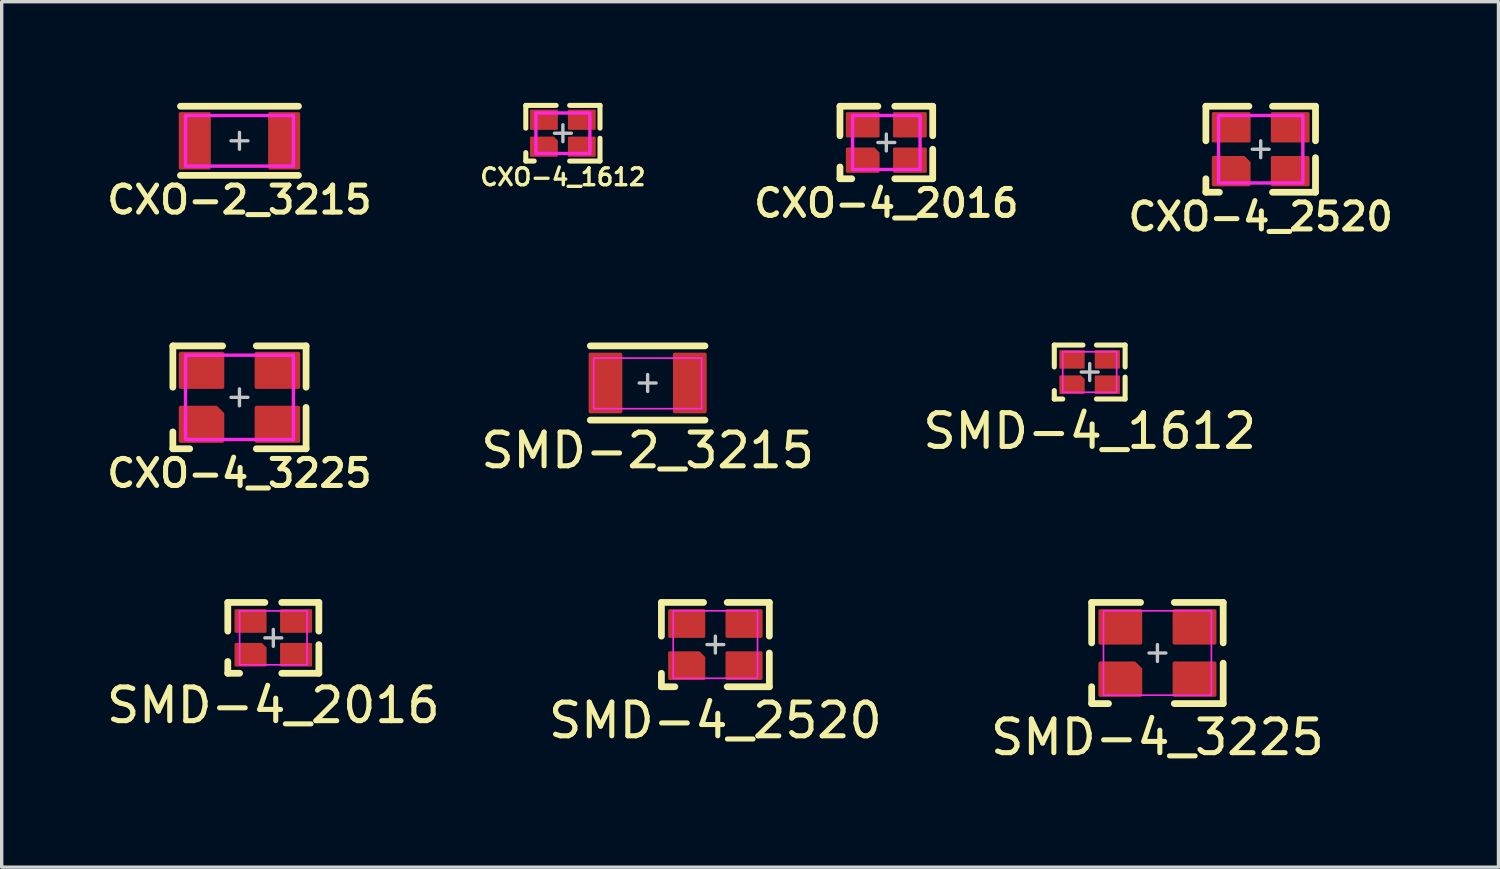
<source format=kicad_pcb>
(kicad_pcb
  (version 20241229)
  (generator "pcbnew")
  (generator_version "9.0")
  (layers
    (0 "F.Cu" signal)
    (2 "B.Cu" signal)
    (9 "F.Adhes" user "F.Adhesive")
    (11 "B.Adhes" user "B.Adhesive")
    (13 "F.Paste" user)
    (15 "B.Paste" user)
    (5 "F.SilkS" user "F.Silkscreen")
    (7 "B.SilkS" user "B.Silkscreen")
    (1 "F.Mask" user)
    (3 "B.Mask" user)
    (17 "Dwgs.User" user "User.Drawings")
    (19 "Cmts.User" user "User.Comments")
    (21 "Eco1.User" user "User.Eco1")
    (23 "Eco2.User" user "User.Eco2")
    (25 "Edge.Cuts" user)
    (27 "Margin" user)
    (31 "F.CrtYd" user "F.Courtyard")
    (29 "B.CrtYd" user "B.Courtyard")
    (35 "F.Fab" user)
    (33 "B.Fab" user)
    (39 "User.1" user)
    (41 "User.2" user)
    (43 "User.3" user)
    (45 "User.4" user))
  (footprint "CXO-2_3215"
    (layer "F.Cu")
    (at 4.05 1.125)
    (property "Reference" "CXO-2_3215" (at 0 1.75 0) (unlocked yes) (layer "F.SilkS") (effects (font (size 0.8 0.8) (thickness 0.15))))
    (attr smd)
    (fp_line (start -1.75 -1.025) (end 1.75 -1.025) (stroke (width 0.2) (type solid)) (layer "F.SilkS"))
    (fp_line (start -1.75 1.025) (end 1.75 1.025) (stroke (width 0.2) (type solid)) (layer "F.SilkS"))
    (fp_poly (pts (xy -0.95 -0.55) (xy -1.15 -0.55) (xy -1.15 0.55) (xy -0.95 0.55) (xy -0.95 0.75) (xy -1.7 0.75) (xy -1.7 -0.75) (xy -0.95 -0.75)) (stroke (width 0) (type solid)) (fill yes) (layer "F.Paste"))
    (fp_poly (pts (xy 0.95 -0.55) (xy 1.15 -0.55) (xy 1.15 0.55) (xy 0.95 0.55) (xy 0.95 0.75) (xy 1.7 0.75) (xy 1.7 -0.75) (xy 0.95 -0.75)) (stroke (width 0) (type solid)) (fill yes) (layer "F.Paste"))
    (fp_line (start -0.25 0) (end 0.25 0) (stroke (width 0.1) (type solid)) (layer "Dwgs.User"))
    (fp_line (start 0 -0.25) (end 0 0.25) (stroke (width 0.1) (type solid)) (layer "Dwgs.User"))
    (fp_rect (start -1.6 0.75) (end 1.6 -0.75) (stroke (width 0.1) (type solid)) (fill no) (layer "F.CrtYd"))
    (pad "1" smd roundrect (at -1.325 0 90) (size 1.7 0.95) (layers "F.Cu" "F.Mask") (roundrect_rratio 0.05))
    (pad "2" smd roundrect (at 1.325 0 90) (size 1.7 0.95) (layers "F.Cu" "F.Mask") (roundrect_rratio 0.05)))
  (footprint "SMD-4_2016"
    (layer "F.Cu")
    (at 5.054 15.863)
    (property "Reference" "SMD-4_2016" (at 0 2 0) (unlocked yes) (layer "F.SilkS") (effects (font (size 1 1) (thickness 0.15))))
    (attr smd)
    (fp_line (start -1.35 -1.05) (end -0.25 -1.05) (stroke (width 0.2) (type solid)) (layer "F.SilkS"))
    (fp_line (start -1.35 -0.2) (end -1.35 -1.05) (stroke (width 0.2) (type solid)) (layer "F.SilkS"))
    (fp_line (start -1.35 0.7) (end -1.35 1.05) (stroke (width 0.2) (type solid)) (layer "F.SilkS"))
    (fp_line (start -1.35 1.05) (end -1 1.05) (stroke (width 0.2) (type solid)) (layer "F.SilkS"))
    (fp_line (start 1.35 -1.05) (end 0.25 -1.05) (stroke (width 0.2) (type solid)) (layer "F.SilkS"))
    (fp_line (start 1.35 -0.2) (end 1.35 -1.05) (stroke (width 0.2) (type solid)) (layer "F.SilkS"))
    (fp_line (start 1.35 0.2) (end 1.35 1.05) (stroke (width 0.2) (type solid)) (layer "F.SilkS"))
    (fp_line (start 1.35 1.05) (end 0.25 1.05) (stroke (width 0.2) (type solid)) (layer "F.SilkS"))
    (fp_line (start -0.25 0) (end 0.25 0) (stroke (width 0.1) (type solid)) (layer "Dwgs.User"))
    (fp_line (start 0 -0.25) (end 0 0.25) (stroke (width 0.1) (type solid)) (layer "Dwgs.User"))
    (fp_rect (start -1 -0.8) (end 1 0.8) (stroke (width 0.05) (type solid)) (fill no) (layer "F.CrtYd"))
    (pad "1" smd roundrect (at -0.675 0.5) (size 0.95 0.7) (layers "F.Cu" "F.Mask" "F.Paste") (roundrect_rratio 0.05) (chamfer_ratio 0.2) (chamfer top_right))
    (pad "2" smd roundrect (at 0.675 0.5) (size 0.95 0.7) (layers "F.Cu" "F.Mask" "F.Paste") (roundrect_rratio 0.05))
    (pad "3" smd roundrect (at 0.675 -0.5) (size 0.95 0.7) (layers "F.Cu" "F.Mask" "F.Paste") (roundrect_rratio 0.05))
    (pad "4" smd roundrect (at -0.675 -0.5) (size 0.95 0.7) (layers "F.Cu" "F.Mask" "F.Paste") (roundrect_rratio 0.05)))
  (footprint "SMD-2_3215"
    (layer "F.Cu")
    (at 16.153 8.306)
    (property "Reference" "SMD-2_3215" (at 0 2 0) (unlocked yes) (layer "F.SilkS") (effects (font (size 1 1) (thickness 0.15))))
    (attr smd)
    (fp_line (start -1.7 -1.1) (end 1.7 -1.1) (stroke (width 0.2) (type solid)) (layer "F.SilkS"))
    (fp_line (start -1.7 1.1) (end 1.7 1.1) (stroke (width 0.2) (type solid)) (layer "F.SilkS"))
    (fp_line (start -0.25 0) (end 0.25 0) (stroke (width 0.1) (type solid)) (layer "Dwgs.User"))
    (fp_line (start 0 -0.25) (end 0 0.25) (stroke (width 0.1) (type solid)) (layer "Dwgs.User"))
    (fp_rect (start -1.6 0.762) (end 1.6 -0.738) (stroke (width 0.05) (type solid)) (fill no) (layer "F.CrtYd"))
    (pad "1" smd roundrect (at -1.25 0 90) (size 1.8 1) (layers "F.Cu" "F.Mask" "F.Paste") (roundrect_rratio 0.05))
    (pad "2" smd roundrect (at 1.25 0 90) (size 1.8 1) (layers "F.Cu" "F.Mask" "F.Paste") (roundrect_rratio 0.05)))
  (footprint "SMD-4_2520"
    (layer "F.Cu")
    (at 18.161 16.062)
    (property "Reference" "SMD-4_2520" (at 0 2.25 0) (unlocked yes) (layer "F.SilkS") (effects (font (size 1 1) (thickness 0.15))))
    (attr smd)
    (fp_line (start -1.6 -1.25) (end -0.35 -1.25) (stroke (width 0.2) (type solid)) (layer "F.SilkS"))
    (fp_line (start -1.6 -0.25) (end -1.6 -1.25) (stroke (width 0.2) (type solid)) (layer "F.SilkS"))
    (fp_line (start -1.6 0.85) (end -1.6 1.25) (stroke (width 0.2) (type solid)) (layer "F.SilkS"))
    (fp_line (start -1.6 1.25) (end -1.2 1.25) (stroke (width 0.2) (type solid)) (layer "F.SilkS"))
    (fp_line (start 1.6 -1.25) (end 0.35 -1.25) (stroke (width 0.2) (type solid)) (layer "F.SilkS"))
    (fp_line (start 1.6 -0.25) (end 1.6 -1.25) (stroke (width 0.2) (type solid)) (layer "F.SilkS"))
    (fp_line (start 1.6 0.25) (end 1.6 1.25) (stroke (width 0.2) (type solid)) (layer "F.SilkS"))
    (fp_line (start 1.6 1.25) (end 0.35 1.25) (stroke (width 0.2) (type solid)) (layer "F.SilkS"))
    (fp_line (start -0.25 0) (end 0.25 0) (stroke (width 0.1) (type solid)) (layer "Dwgs.User"))
    (fp_line (start 0 -0.25) (end 0 0.25) (stroke (width 0.1) (type solid)) (layer "Dwgs.User"))
    (fp_rect (start -1.25 -1) (end 1.25 1) (stroke (width 0.05) (type solid)) (fill no) (layer "F.CrtYd"))
    (pad "1" smd roundrect (at -0.85 0.625) (size 1.1 0.85) (layers "F.Cu" "F.Mask" "F.Paste") (roundrect_rratio 0.05) (chamfer_ratio 0.2) (chamfer top_right))
    (pad "2" smd roundrect (at 0.85 0.625) (size 1.1 0.85) (layers "F.Cu" "F.Mask" "F.Paste") (roundrect_rratio 0.05))
    (pad "3" smd roundrect (at 0.85 -0.625) (size 1.1 0.85) (layers "F.Cu" "F.Mask" "F.Paste") (roundrect_rratio 0.05))
    (pad "4" smd roundrect (at -0.85 -0.625) (size 1.1 0.85) (layers "F.Cu" "F.Mask" "F.Paste") (roundrect_rratio 0.05)))
  (footprint "CXO-4_2520"
    (layer "F.Cu")
    (at 34.33 1.375)
    (property "Reference" "CXO-4_2520" (at 0 2 0) (unlocked yes) (layer "F.SilkS") (effects (font (size 0.8 0.8) (thickness 0.15))))
    (attr smd)
    (fp_line (start -1.625 -1.275) (end -0.35 -1.275) (stroke (width 0.2) (type solid)) (layer "F.SilkS"))
    (fp_line (start -1.625 -0.25) (end -1.625 -1.275) (stroke (width 0.2) (type solid)) (layer "F.SilkS"))
    (fp_line (start -1.625 0.875) (end -1.625 1.275) (stroke (width 0.2) (type solid)) (layer "F.SilkS"))
    (fp_line (start -1.625 1.275) (end -1.225 1.275) (stroke (width 0.2) (type solid)) (layer "F.SilkS"))
    (fp_line (start 1.625 -1.275) (end 0.35 -1.275) (stroke (width 0.2) (type solid)) (layer "F.SilkS"))
    (fp_line (start 1.625 -0.25) (end 1.625 -1.275) (stroke (width 0.2) (type solid)) (layer "F.SilkS"))
    (fp_line (start 1.625 0.25) (end 1.625 1.275) (stroke (width 0.2) (type solid)) (layer "F.SilkS"))
    (fp_line (start 1.625 1.275) (end 0.35 1.275) (stroke (width 0.2) (type solid)) (layer "F.SilkS"))
    (fp_line (start -0.25 0) (end 0.25 0) (stroke (width 0.1) (type solid)) (layer "Dwgs.User"))
    (fp_line (start 0 -0.25) (end 0 0.25) (stroke (width 0.1) (type solid)) (layer "Dwgs.User"))
    (fp_rect (start -1.25 -1) (end 1.25 1) (stroke (width 0.1) (type solid)) (fill no) (layer "F.CrtYd"))
    (pad "1" smd roundrect (at -0.875 0.65) (size 1.15 0.9) (layers "F.Cu" "F.Mask" "F.Paste") (roundrect_rratio 0.05) (chamfer_ratio 0.2) (chamfer top_right))
    (pad "2" smd roundrect (at 0.875 0.65) (size 1.15 0.9) (layers "F.Cu" "F.Mask" "F.Paste") (roundrect_rratio 0.05))
    (pad "3" smd roundrect (at 0.875 -0.65) (size 1.15 0.9) (layers "F.Cu" "F.Mask" "F.Paste") (roundrect_rratio 0.05))
    (pad "4" smd roundrect (at -0.875 -0.65) (size 1.15 0.9) (layers "F.Cu" "F.Mask" "F.Paste") (roundrect_rratio 0.05)))
  (footprint "CXO-4_3225"
    (layer "F.Cu")
    (at 4.05 8.731)
    (property "Reference" "CXO-4_3225" (at 0 2.25 0) (unlocked yes) (layer "F.SilkS") (effects (font (size 0.8 0.8) (thickness 0.15))))
    (attr smd)
    (fp_line (start -1.975 -1.525) (end -0.5 -1.525) (stroke (width 0.2) (type solid)) (layer "F.SilkS"))
    (fp_line (start -1.975 -0.3) (end -1.975 -1.525) (stroke (width 0.2) (type solid)) (layer "F.SilkS"))
    (fp_line (start -1.975 1.025) (end -1.975 1.525) (stroke (width 0.2) (type solid)) (layer "F.SilkS"))
    (fp_line (start -1.975 1.525) (end -1.475 1.525) (stroke (width 0.2) (type solid)) (layer "F.SilkS"))
    (fp_line (start 1.975 -1.525) (end 0.5 -1.525) (stroke (width 0.2) (type solid)) (layer "F.SilkS"))
    (fp_line (start 1.975 -0.3) (end 1.975 -1.525) (stroke (width 0.2) (type solid)) (layer "F.SilkS"))
    (fp_line (start 1.975 0.3) (end 1.975 1.525) (stroke (width 0.2) (type solid)) (layer "F.SilkS"))
    (fp_line (start 1.975 1.525) (end 0.5 1.525) (stroke (width 0.2) (type solid)) (layer "F.SilkS"))
    (fp_line (start -0.25 0) (end 0.25 0) (stroke (width 0.1) (type solid)) (layer "Dwgs.User"))
    (fp_line (start 0 -0.25) (end 0 0.25) (stroke (width 0.1) (type solid)) (layer "Dwgs.User"))
    (fp_rect (start -1.6 -1.25) (end 1.6 1.25) (stroke (width 0.1) (type solid)) (fill no) (layer "F.CrtYd"))
    (pad "1" smd roundrect (at -1.125 0.8) (size 1.35 1.1) (layers "F.Cu" "F.Mask" "F.Paste") (roundrect_rratio 0.05) (chamfer_ratio 0.2) (chamfer top_right))
    (pad "2" smd roundrect (at 1.125 0.8) (size 1.35 1.1) (layers "F.Cu" "F.Mask" "F.Paste") (roundrect_rratio 0.05))
    (pad "3" smd roundrect (at 1.125 -0.8) (size 1.35 1.1) (layers "F.Cu" "F.Mask" "F.Paste") (roundrect_rratio 0.05))
    (pad "4" smd roundrect (at -1.125 -0.8) (size 1.35 1.1) (layers "F.Cu" "F.Mask" "F.Paste") (roundrect_rratio 0.05)))
  (footprint "SMD-4_1612"
    (layer "F.Cu")
    (at 29.26 7.981)
    (property "Reference" "SMD-4_1612" (at 0 1.75 0) (unlocked yes) (layer "F.SilkS") (effects (font (size 1 1) (thickness 0.15))))
    (attr smd)
    (fp_line (start -1.05 -0.8) (end -0.2 -0.8) (stroke (width 0.15) (type solid)) (layer "F.SilkS"))
    (fp_line (start -1.05 -0.15) (end -1.05 -0.8) (stroke (width 0.15) (type solid)) (layer "F.SilkS"))
    (fp_line (start -1.05 0.55) (end -1.05 0.8) (stroke (width 0.15) (type solid)) (layer "F.SilkS"))
    (fp_line (start -1.05 0.8) (end -0.8 0.8) (stroke (width 0.15) (type solid)) (layer "F.SilkS"))
    (fp_line (start 1.05 -0.8) (end 0.2 -0.8) (stroke (width 0.15) (type solid)) (layer "F.SilkS"))
    (fp_line (start 1.05 -0.15) (end 1.05 -0.8) (stroke (width 0.15) (type solid)) (layer "F.SilkS"))
    (fp_line (start 1.05 0.15) (end 1.05 0.8) (stroke (width 0.15) (type solid)) (layer "F.SilkS"))
    (fp_line (start 1.05 0.8) (end 0.2 0.8) (stroke (width 0.15) (type solid)) (layer "F.SilkS"))
    (fp_line (start -0.25 0) (end 0.25 0) (stroke (width 0.1) (type solid)) (layer "Dwgs.User"))
    (fp_line (start 0 -0.25) (end 0 0.25) (stroke (width 0.1) (type solid)) (layer "Dwgs.User"))
    (fp_rect (start -0.8 -0.6) (end 0.8 0.6) (stroke (width 0.05) (type solid)) (fill no) (layer "F.CrtYd"))
    (pad "1" smd roundrect (at -0.525 0.375) (size 0.75 0.55) (layers "F.Cu" "F.Mask" "F.Paste") (roundrect_rratio 0.05) (chamfer_ratio 0.2) (chamfer top_right))
    (pad "2" smd roundrect (at 0.525 0.375) (size 0.75 0.55) (layers "F.Cu" "F.Mask" "F.Paste") (roundrect_rratio 0.05))
    (pad "3" smd roundrect (at 0.525 -0.375) (size 0.75 0.55) (layers "F.Cu" "F.Mask" "F.Paste") (roundrect_rratio 0.05))
    (pad "4" smd roundrect (at -0.525 -0.375) (size 0.75 0.55) (layers "F.Cu" "F.Mask" "F.Paste") (roundrect_rratio 0.05)))
  (footprint "CXO-4_1612"
    (layer "F.Cu")
    (at 13.64 0.9)
    (property "Reference" "CXO-4_1612" (at 0 1.3 0) (unlocked yes) (layer "F.SilkS") (effects (font (size 0.5 0.5) (thickness 0.1))))
    (attr smd)
    (fp_line (start -1.1 -0.825) (end -0.2 -0.825) (stroke (width 0.15) (type solid)) (layer "F.SilkS"))
    (fp_line (start -1.1 -0.15) (end -1.1 -0.825) (stroke (width 0.15) (type solid)) (layer "F.SilkS"))
    (fp_line (start -1.1 0.575) (end -1.1 0.825) (stroke (width 0.15) (type solid)) (layer "F.SilkS"))
    (fp_line (start -1.1 0.825) (end -0.85 0.825) (stroke (width 0.15) (type solid)) (layer "F.SilkS"))
    (fp_line (start 1.1 -0.825) (end 0.2 -0.825) (stroke (width 0.15) (type solid)) (layer "F.SilkS"))
    (fp_line (start 1.1 -0.15) (end 1.1 -0.825) (stroke (width 0.15) (type solid)) (layer "F.SilkS"))
    (fp_line (start 1.1 0.15) (end 1.1 0.825) (stroke (width 0.15) (type solid)) (layer "F.SilkS"))
    (fp_line (start 1.1 0.825) (end 0.2 0.825) (stroke (width 0.15) (type solid)) (layer "F.SilkS"))
    (fp_line (start -0.25 0) (end 0.25 0) (stroke (width 0.1) (type solid)) (layer "Dwgs.User"))
    (fp_line (start 0 -0.25) (end 0 0.25) (stroke (width 0.1) (type solid)) (layer "Dwgs.User"))
    (fp_rect (start -0.8 -0.6) (end 0.8 0.6) (stroke (width 0.1) (type solid)) (fill no) (layer "F.CrtYd"))
    (pad "1" smd roundrect (at -0.562 0.4) (size 0.825 0.6) (layers "F.Cu" "F.Mask" "F.Paste") (roundrect_rratio 0.05) (chamfer_ratio 0.2) (chamfer top_right))
    (pad "2" smd roundrect (at 0.562 0.4) (size 0.825 0.6) (layers "F.Cu" "F.Mask" "F.Paste") (roundrect_rratio 0.05))
    (pad "3" smd roundrect (at 0.562 -0.4) (size 0.825 0.6) (layers "F.Cu" "F.Mask" "F.Paste") (roundrect_rratio 0.05))
    (pad "4" smd roundrect (at -0.562 -0.4) (size 0.825 0.6) (layers "F.Cu" "F.Mask" "F.Paste") (roundrect_rratio 0.05)))
  (footprint "CXO-4_2016"
    (layer "F.Cu")
    (at 23.23 1.175)
    (property "Reference" "CXO-4_2016" (at 0 1.8 0) (unlocked yes) (layer "F.SilkS") (effects (font (size 0.8 0.8) (thickness 0.15))))
    (attr smd)
    (fp_line (start -1.375 -1.075) (end -0.25 -1.075) (stroke (width 0.2) (type solid)) (layer "F.SilkS"))
    (fp_line (start -1.375 -0.2) (end -1.375 -1.075) (stroke (width 0.2) (type solid)) (layer "F.SilkS"))
    (fp_line (start -1.375 0.725) (end -1.375 1.075) (stroke (width 0.2) (type solid)) (layer "F.SilkS"))
    (fp_line (start -1.375 1.075) (end -1.025 1.075) (stroke (width 0.2) (type solid)) (layer "F.SilkS"))
    (fp_line (start 1.375 -1.075) (end 0.25 -1.075) (stroke (width 0.2) (type solid)) (layer "F.SilkS"))
    (fp_line (start 1.375 -0.2) (end 1.375 -1.075) (stroke (width 0.2) (type solid)) (layer "F.SilkS"))
    (fp_line (start 1.375 0.2) (end 1.375 1.075) (stroke (width 0.2) (type solid)) (layer "F.SilkS"))
    (fp_line (start 1.375 1.075) (end 0.25 1.075) (stroke (width 0.2) (type solid)) (layer "F.SilkS"))
    (fp_line (start -0.25 0) (end 0.25 0) (stroke (width 0.1) (type solid)) (layer "Dwgs.User"))
    (fp_line (start 0 -0.25) (end 0 0.25) (stroke (width 0.1) (type solid)) (layer "Dwgs.User"))
    (fp_rect (start -1 -0.8) (end 1 0.8) (stroke (width 0.1) (type solid)) (fill no) (layer "F.CrtYd"))
    (pad "1" smd roundrect (at -0.7 0.525) (size 1 0.75) (layers "F.Cu" "F.Mask" "F.Paste") (roundrect_rratio 0.05) (chamfer_ratio 0.2) (chamfer top_right))
    (pad "2" smd roundrect (at 0.7 0.525) (size 1 0.75) (layers "F.Cu" "F.Mask" "F.Paste") (roundrect_rratio 0.05))
    (pad "3" smd roundrect (at 0.7 -0.525) (size 1 0.75) (layers "F.Cu" "F.Mask" "F.Paste") (roundrect_rratio 0.05))
    (pad "4" smd roundrect (at -0.7 -0.525) (size 1 0.75) (layers "F.Cu" "F.Mask" "F.Paste") (roundrect_rratio 0.05)))
  (footprint "SMD-4_3225"
    (layer "F.Cu")
    (at 31.268 16.312)
    (property "Reference" "SMD-4_3225" (at 0 2.5 0) (unlocked yes) (layer "F.SilkS") (effects (font (size 1 1) (thickness 0.15))))
    (attr smd)
    (fp_line (start -1.95 -1.5) (end -0.5 -1.5) (stroke (width 0.2) (type solid)) (layer "F.SilkS"))
    (fp_line (start -1.95 -0.3) (end -1.95 -1.5) (stroke (width 0.2) (type solid)) (layer "F.SilkS"))
    (fp_line (start -1.95 1) (end -1.95 1.5) (stroke (width 0.2) (type solid)) (layer "F.SilkS"))
    (fp_line (start -1.95 1.5) (end -1.45 1.5) (stroke (width 0.2) (type solid)) (layer "F.SilkS"))
    (fp_line (start 1.95 -1.5) (end 0.5 -1.5) (stroke (width 0.2) (type solid)) (layer "F.SilkS"))
    (fp_line (start 1.95 -0.3) (end 1.95 -1.5) (stroke (width 0.2) (type solid)) (layer "F.SilkS"))
    (fp_line (start 1.95 0.3) (end 1.95 1.5) (stroke (width 0.2) (type solid)) (layer "F.SilkS"))
    (fp_line (start 1.95 1.5) (end 0.5 1.5) (stroke (width 0.2) (type solid)) (layer "F.SilkS"))
    (fp_line (start -0.25 0) (end 0.25 0) (stroke (width 0.1) (type solid)) (layer "Dwgs.User"))
    (fp_line (start 0 -0.25) (end 0 0.25) (stroke (width 0.1) (type solid)) (layer "Dwgs.User"))
    (fp_rect (start -1.6 -1.25) (end 1.6 1.25) (stroke (width 0.05) (type solid)) (fill no) (layer "F.CrtYd"))
    (pad "1" smd roundrect (at -1.1 0.775) (size 1.3 1.05) (layers "F.Cu" "F.Mask" "F.Paste") (roundrect_rratio 0.05) (chamfer_ratio 0.2) (chamfer top_right))
    (pad "2" smd roundrect (at 1.1 0.775) (size 1.3 1.05) (layers "F.Cu" "F.Mask" "F.Paste") (roundrect_rratio 0.05))
    (pad "3" smd roundrect (at 1.1 -0.775) (size 1.3 1.05) (layers "F.Cu" "F.Mask" "F.Paste") (roundrect_rratio 0.05))
    (pad "4" smd roundrect (at -1.1 -0.775) (size 1.3 1.05) (layers "F.Cu" "F.Mask" "F.Paste") (roundrect_rratio 0.05)))
  (gr_rect
    (start -3 -3)
    (end 41.38 22.661)
    (stroke (width 0.1) (type default))
    (fill no)
    (layer "Edge.Cuts")))
</source>
